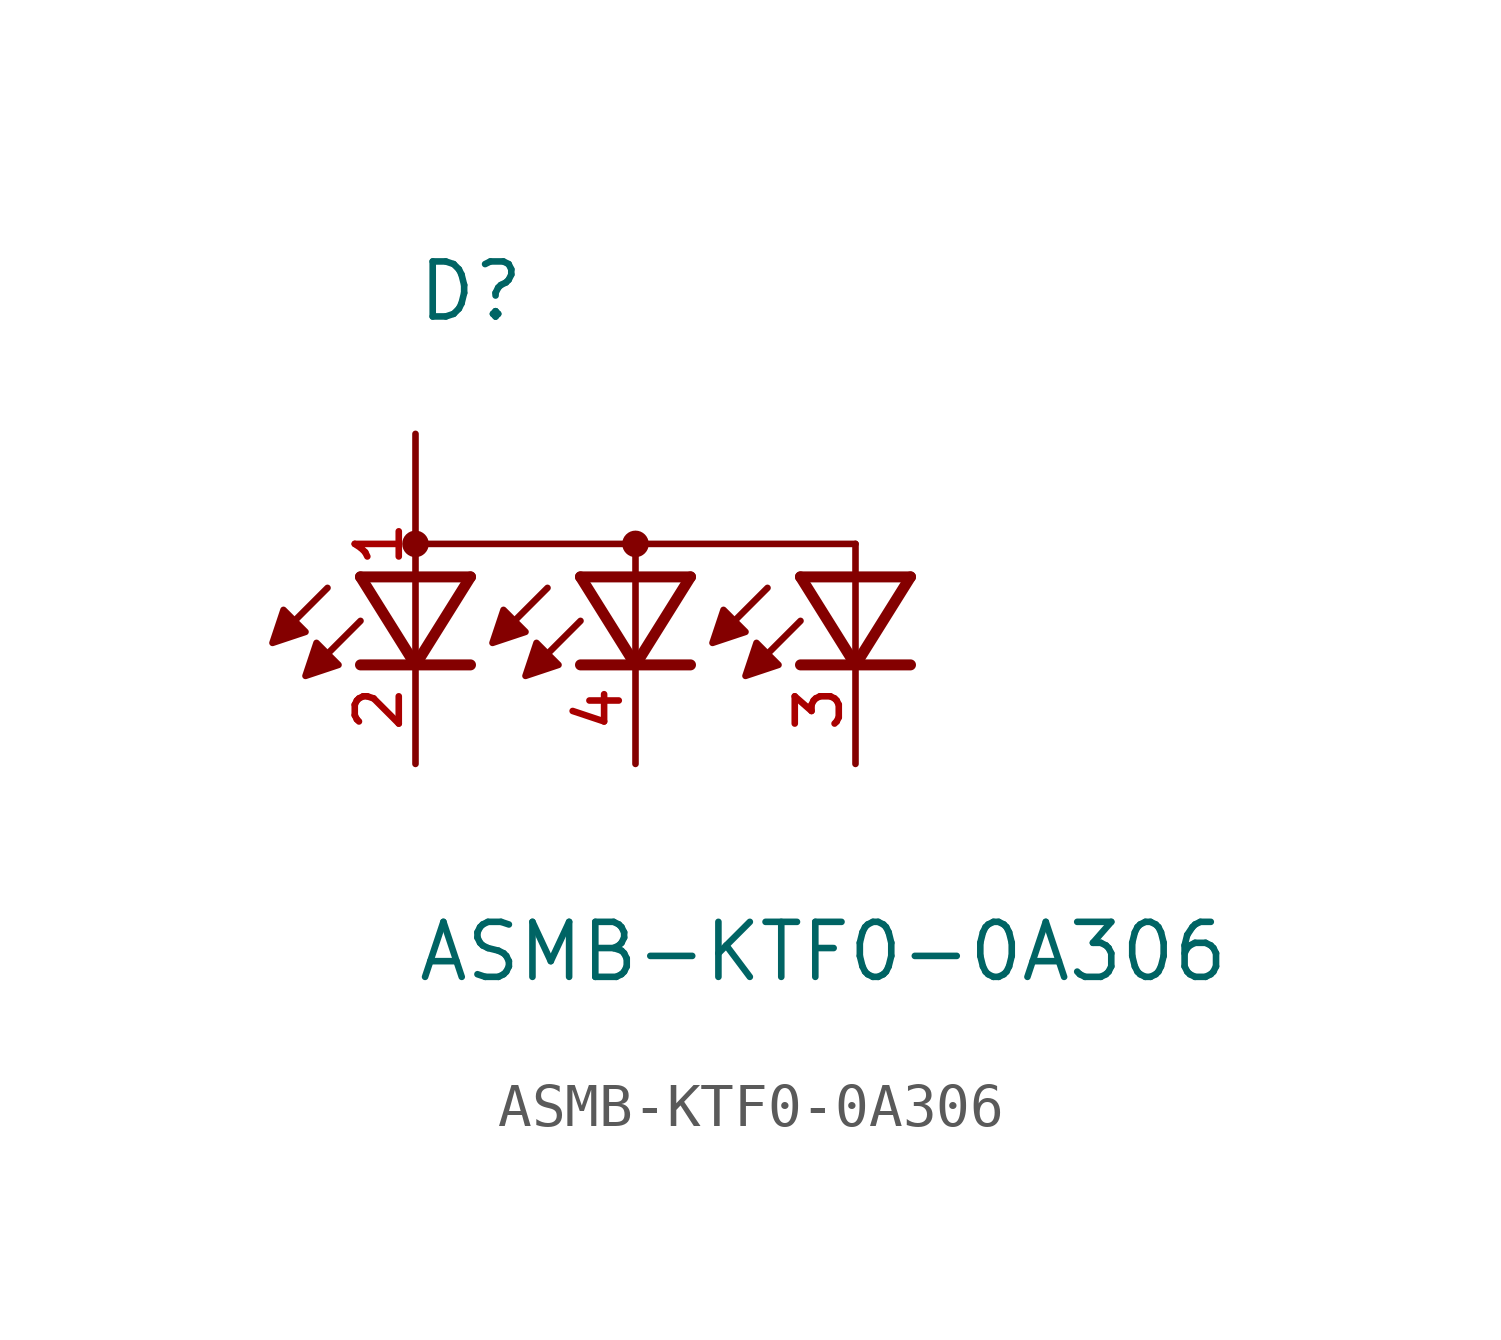
<source format=kicad_sym>
(kicad_symbol_lib
  (version 20211014)
  (generator kicad_symbol_editor)
  (symbol "ASMB-KTF0-0A306"
    (pin_names
      (offset 1.016))
    (property "Reference" "D"
      (at -5.085 7.628 0)
      (effects (font (size 1.27 1.27)) (justify bottom left)))
    (property "Value" "ASMB-KTF0-0A306"
      (at -5.08 -7.621 0)
      (effects (font (size 1.27 1.27)) (justify bottom left)))
    (symbol "ASMB-KTF0-0A306_0_0"
      (polyline (pts (xy 6.35 1.778) (xy 5.08 -0.254)) (stroke (width 0.254)))
      (polyline (pts (xy 5.08 -0.254) (xy 3.81 1.778)) (stroke (width 0.254)))
      (polyline (pts (xy 6.35 -0.254) (xy 3.81 -0.254)) (stroke (width 0.254)))
      (polyline (pts (xy 6.35 1.778) (xy 3.81 1.778)) (stroke (width 0.254)))
      (polyline (pts (xy 3.048 1.524) (xy 2.159 0.635)) (stroke (width 0.152)))
      (polyline (pts (xy 3.81 0.762) (xy 2.921 -0.127)) (stroke (width 0.152)))
      (polyline (pts (xy 1.27 1.778) (xy 0.0 -0.254)) (stroke (width 0.254)))
      (polyline (pts (xy 0.0 -0.254) (xy -1.27 1.778)) (stroke (width 0.254)))
      (polyline (pts (xy 1.27 -0.254) (xy -1.27 -0.254)) (stroke (width 0.254)))
      (polyline (pts (xy 1.27 1.778) (xy -1.27 1.778)) (stroke (width 0.254)))
      (polyline (pts (xy -2.032 1.524) (xy -2.921 0.635)) (stroke (width 0.152)))
      (polyline (pts (xy -1.27 0.762) (xy -2.159 -0.127)) (stroke (width 0.152)))
      (polyline (pts (xy -3.81 1.778) (xy -5.08 -0.254)) (stroke (width 0.254)))
      (polyline (pts (xy -5.08 -0.254) (xy -6.35 1.778)) (stroke (width 0.254)))
      (polyline (pts (xy -3.81 -0.254) (xy -6.35 -0.254)) (stroke (width 0.254)))
      (polyline (pts (xy -3.81 1.778) (xy -6.35 1.778)) (stroke (width 0.254)))
      (polyline (pts (xy -7.112 1.524) (xy -8.001 0.635)) (stroke (width 0.152)))
      (polyline (pts (xy -6.35 0.762) (xy -7.239 -0.127)) (stroke (width 0.152)))
      (polyline (pts (xy -5.08 2.54) (xy 5.08 2.54)) (stroke (width 0.152)))
      (polyline (pts (xy 0.0 2.54) (xy 0.0 0.0)) (stroke (width 0.152)))
      (polyline (pts (xy 5.08 2.54) (xy 5.08 0.0)) (stroke (width 0.152)))
      (circle (center -5.08 2.54) (radius 0.18) (stroke (width 0.254)) (fill (type none)))
      (circle (center 0.0 2.54) (radius 0.18) (stroke (width 0.254)) (fill (type none)))
      (polyline (pts (xy 2.032 1.016) (xy 1.778 0.254) (xy 2.54 0.508) (xy 2.032 1.016)) (stroke (width 0.152)) (fill (type outline)))
      (polyline (pts (xy 2.794 0.254) (xy 2.54 -0.508) (xy 3.302 -0.254) (xy 2.794 0.254)) (stroke (width 0.152)) (fill (type outline)))
      (polyline (pts (xy -3.048 1.016) (xy -3.302 0.254) (xy -2.54 0.508) (xy -3.048 1.016)) (stroke (width 0.152)) (fill (type outline)))
      (polyline (pts (xy -2.286 0.254) (xy -2.54 -0.508) (xy -1.778 -0.254) (xy -2.286 0.254)) (stroke (width 0.152)) (fill (type outline)))
      (polyline (pts (xy -8.128 1.016) (xy -8.382 0.254) (xy -7.62 0.508) (xy -8.128 1.016)) (stroke (width 0.152)) (fill (type outline)))
      (polyline (pts (xy -7.366 0.254) (xy -7.62 -0.508) (xy -6.858 -0.254) (xy -7.366 0.254)) (stroke (width 0.152)) (fill (type outline)))
      (pin passive line (at 5.08 -2.54 90.0) (length 2.54) (name "~" (effects (font (size 1.016 1.016)))) (number "3" (effects (font (size 1.016 1.016)))))
      (pin passive line (at 0.0 -2.54 90.0) (length 2.54) (name "~" (effects (font (size 1.016 1.016)))) (number "4" (effects (font (size 1.016 1.016)))))
      (pin passive line (at -5.08 -2.54 90.0) (length 2.54) (name "~" (effects (font (size 1.016 1.016)))) (number "2" (effects (font (size 1.016 1.016)))))
      (pin passive line (at -5.08 5.08 270.0) (length 5.08) (name "~" (effects (font (size 1.016 1.016)))) (number "1" (effects (font (size 1.016 1.016))))))))
</source>
